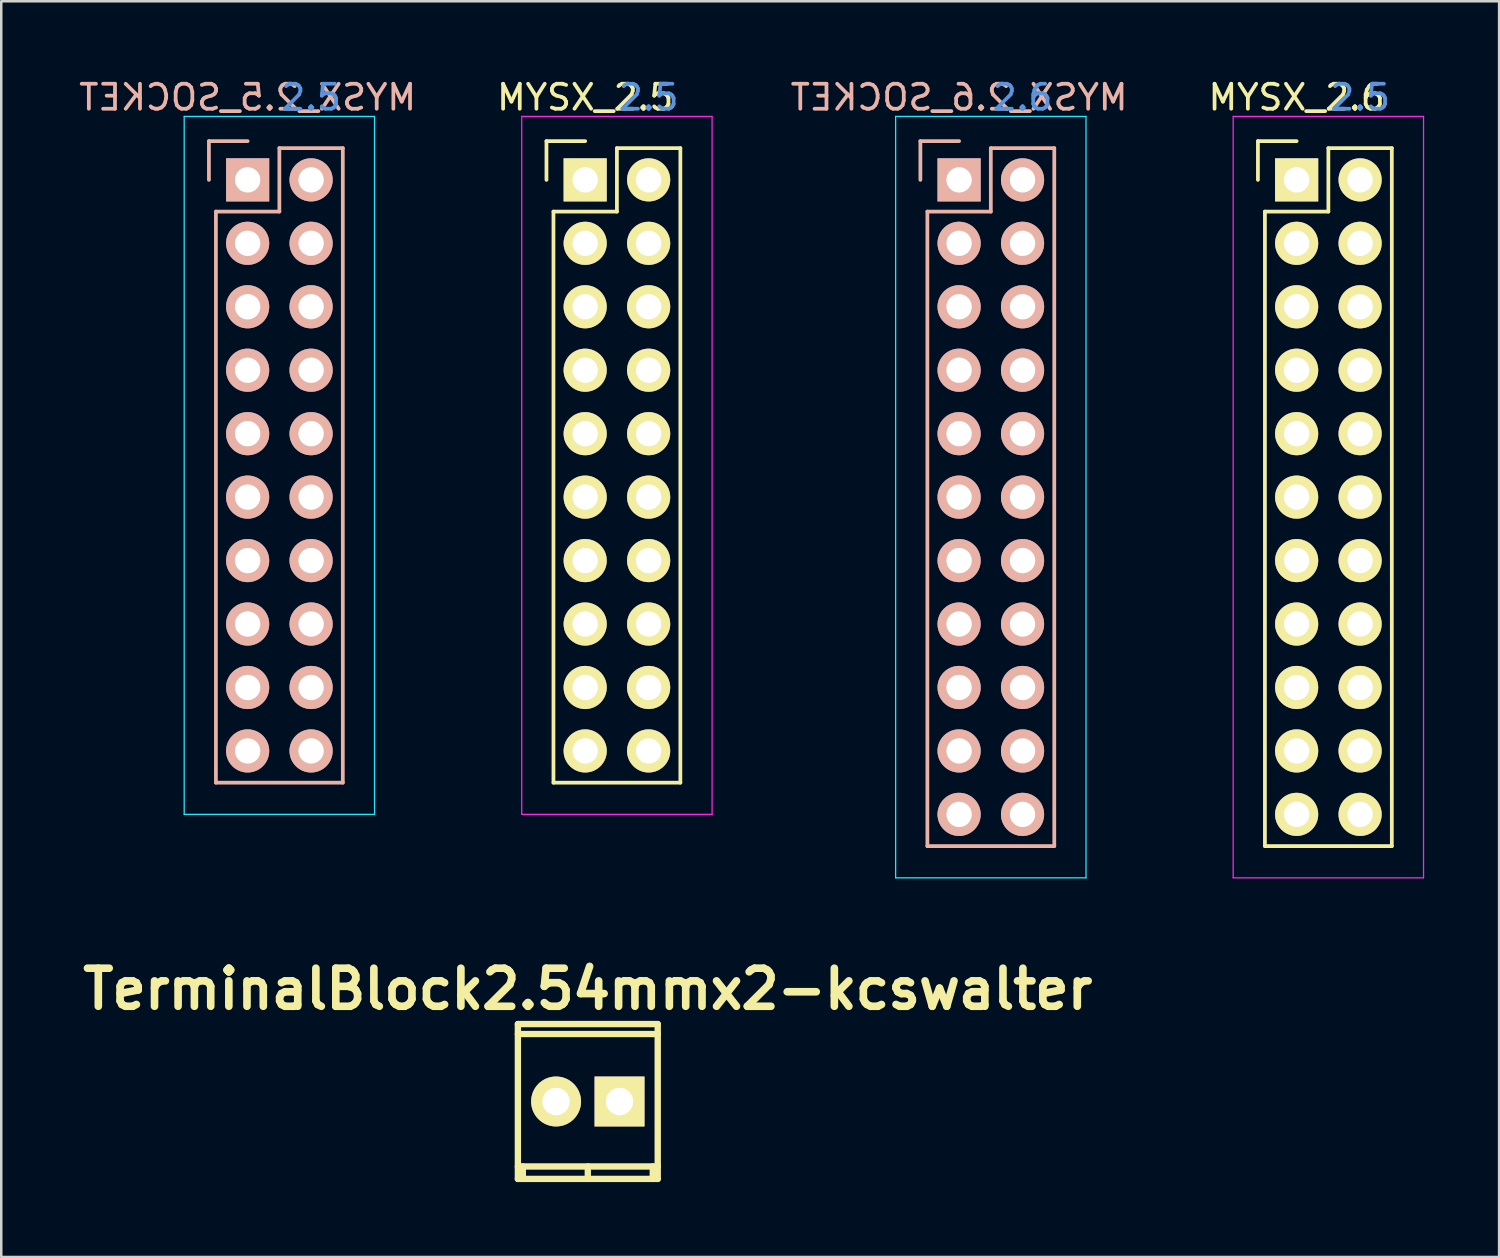
<source format=kicad_pcb>
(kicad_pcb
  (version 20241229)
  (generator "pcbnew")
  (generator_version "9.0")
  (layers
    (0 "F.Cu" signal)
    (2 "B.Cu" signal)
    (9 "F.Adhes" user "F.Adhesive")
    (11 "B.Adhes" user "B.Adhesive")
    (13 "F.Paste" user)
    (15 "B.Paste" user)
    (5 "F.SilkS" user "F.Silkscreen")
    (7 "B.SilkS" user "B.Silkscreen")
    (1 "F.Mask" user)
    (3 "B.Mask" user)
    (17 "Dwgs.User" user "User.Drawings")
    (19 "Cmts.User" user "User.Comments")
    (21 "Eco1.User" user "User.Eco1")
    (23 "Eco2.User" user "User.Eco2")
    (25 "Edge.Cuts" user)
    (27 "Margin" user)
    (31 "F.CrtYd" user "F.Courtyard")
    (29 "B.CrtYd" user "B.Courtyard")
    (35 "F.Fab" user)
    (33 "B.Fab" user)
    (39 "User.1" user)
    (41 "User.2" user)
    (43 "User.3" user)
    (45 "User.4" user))
  (footprint "MYSX_2.5_SOCKET"
    (layer "F.Cu")
    (at 6.863 4.15)
    (property "Reference" "MYSX_2.5_SOCKET" (at 0 -3.302 0) (layer "B.SilkS") (effects (font (size 1 1) (thickness 0.15)) (justify mirror)))
    (attr through_hole)
    (fp_line (start -1.55 -1.55) (end -1.55 0) (stroke (width 0.15) (type solid)) (layer "B.SilkS"))
    (fp_line (start -1.27 1.27) (end -1.27 24.13) (stroke (width 0.15) (type solid)) (layer "B.SilkS"))
    (fp_line (start -1.27 24.13) (end 3.81 24.13) (stroke (width 0.15) (type solid)) (layer "B.SilkS"))
    (fp_line (start 0 -1.55) (end -1.55 -1.55) (stroke (width 0.15) (type solid)) (layer "B.SilkS"))
    (fp_line (start 1.27 -1.27) (end 1.27 1.27) (stroke (width 0.15) (type solid)) (layer "B.SilkS"))
    (fp_line (start 1.27 1.27) (end -1.27 1.27) (stroke (width 0.15) (type solid)) (layer "B.SilkS"))
    (fp_line (start 3.81 -1.27) (end 1.27 -1.27) (stroke (width 0.15) (type solid)) (layer "B.SilkS"))
    (fp_line (start 3.81 24.13) (end 3.81 -1.27) (stroke (width 0.15) (type solid)) (layer "B.SilkS"))
    (fp_line (start -2.54 -2.54) (end -2.54 25.4) (stroke (width 0.05) (type solid)) (layer "B.CrtYd"))
    (fp_line (start -2.54 -2.54) (end 5.08 -2.54) (stroke (width 0.05) (type solid)) (layer "B.CrtYd"))
    (fp_line (start -2.54 25.4) (end 5.08 25.4) (stroke (width 0.05) (type solid)) (layer "B.CrtYd"))
    (fp_line (start 5.08 -2.54) (end 5.08 25.4) (stroke (width 0.05) (type solid)) (layer "B.CrtYd"))
    (fp_text user "2.5" (at 2.54 -3.302 0) (layer "Cmts.User") (effects (font (size 1 1) (thickness 0.15))))
    (pad "1" thru_hole rect (at 0 0) (size 1.727 1.727) (drill 1.016) (layers "*.Cu" "*.Mask" "B.SilkS"))
    (pad "2" thru_hole oval (at 2.54 0) (size 1.727 1.727) (drill 1.016) (layers "*.Cu" "*.Mask" "B.SilkS"))
    (pad "3" thru_hole oval (at 0 2.54) (size 1.727 1.727) (drill 1.016) (layers "*.Cu" "*.Mask" "B.SilkS"))
    (pad "4" thru_hole oval (at 2.54 2.54) (size 1.727 1.727) (drill 1.016) (layers "*.Cu" "*.Mask" "B.SilkS"))
    (pad "5" thru_hole oval (at 0 5.08) (size 1.727 1.727) (drill 1.016) (layers "*.Cu" "*.Mask" "B.SilkS"))
    (pad "6" thru_hole oval (at 2.54 5.08) (size 1.727 1.727) (drill 1.016) (layers "*.Cu" "*.Mask" "B.SilkS"))
    (pad "7" thru_hole oval (at 0 7.62) (size 1.727 1.727) (drill 1.016) (layers "*.Cu" "*.Mask" "B.SilkS"))
    (pad "8" thru_hole oval (at 2.54 7.62) (size 1.727 1.727) (drill 1.016) (layers "*.Cu" "*.Mask" "B.SilkS"))
    (pad "9" thru_hole oval (at 0 10.16) (size 1.727 1.727) (drill 1.016) (layers "*.Cu" "*.Mask" "B.SilkS"))
    (pad "10" thru_hole oval (at 2.54 10.16) (size 1.727 1.727) (drill 1.016) (layers "*.Cu" "*.Mask" "B.SilkS"))
    (pad "11" thru_hole oval (at 0 12.7) (size 1.727 1.727) (drill 1.016) (layers "*.Cu" "*.Mask" "B.SilkS"))
    (pad "12" thru_hole oval (at 2.54 12.7) (size 1.727 1.727) (drill 1.016) (layers "*.Cu" "*.Mask" "B.SilkS"))
    (pad "13" thru_hole oval (at 0 15.24) (size 1.727 1.727) (drill 1.016) (layers "*.Cu" "*.Mask" "B.SilkS"))
    (pad "14" thru_hole oval (at 2.54 15.24) (size 1.727 1.727) (drill 1.016) (layers "*.Cu" "*.Mask" "B.SilkS"))
    (pad "15" thru_hole oval (at 0 17.78) (size 1.727 1.727) (drill 1.016) (layers "*.Cu" "*.Mask" "B.SilkS"))
    (pad "16" thru_hole oval (at 2.54 17.78) (size 1.727 1.727) (drill 1.016) (layers "*.Cu" "*.Mask" "B.SilkS"))
    (pad "17" thru_hole oval (at 0 20.32) (size 1.727 1.727) (drill 1.016) (layers "*.Cu" "*.Mask" "B.SilkS"))
    (pad "18" thru_hole oval (at 2.54 20.32) (size 1.727 1.727) (drill 1.016) (layers "*.Cu" "*.Mask" "B.SilkS"))
    (pad "19" thru_hole oval (at 0 22.86) (size 1.727 1.727) (drill 1.016) (layers "*.Cu" "*.Mask" "B.SilkS"))
    (pad "20" thru_hole oval (at 2.54 22.86) (size 1.727 1.727) (drill 1.016) (layers "*.Cu" "*.Mask" "B.SilkS")))
  (footprint "MYSX_2.6"
    (layer "F.Cu")
    (at 48.855 4.15)
    (property "Reference" "MYSX_2.6" (at 0 -3.302 0) (layer "F.SilkS") (effects (font (size 1 1) (thickness 0.15))))
    (attr through_hole)
    (fp_line (start -1.55 -1.55) (end -1.55 0) (stroke (width 0.15) (type solid)) (layer "F.SilkS"))
    (fp_line (start -1.27 1.27) (end -1.27 26.67) (stroke (width 0.15) (type solid)) (layer "F.SilkS"))
    (fp_line (start -1.27 26.67) (end 3.81 26.67) (stroke (width 0.15) (type solid)) (layer "F.SilkS"))
    (fp_line (start 0 -1.55) (end -1.55 -1.55) (stroke (width 0.15) (type solid)) (layer "F.SilkS"))
    (fp_line (start 1.27 -1.27) (end 1.27 1.27) (stroke (width 0.15) (type solid)) (layer "F.SilkS"))
    (fp_line (start 1.27 1.27) (end -1.27 1.27) (stroke (width 0.15) (type solid)) (layer "F.SilkS"))
    (fp_line (start 3.81 -1.27) (end 1.27 -1.27) (stroke (width 0.15) (type solid)) (layer "F.SilkS"))
    (fp_line (start 3.81 26.67) (end 3.81 -1.27) (stroke (width 0.15) (type solid)) (layer "F.SilkS"))
    (fp_line (start -2.54 -2.54) (end -2.54 27.94) (stroke (width 0.05) (type solid)) (layer "F.CrtYd"))
    (fp_line (start -2.54 -2.54) (end 5.08 -2.54) (stroke (width 0.05) (type solid)) (layer "F.CrtYd"))
    (fp_line (start -2.54 27.94) (end 5.08 27.94) (stroke (width 0.05) (type solid)) (layer "F.CrtYd"))
    (fp_line (start 5.08 -2.54) (end 5.08 27.94) (stroke (width 0.05) (type solid)) (layer "F.CrtYd"))
    (fp_text user "2.5" (at 2.54 -3.302 0) (layer "Cmts.User") (effects (font (size 1 1) (thickness 0.15))))
    (pad "1" thru_hole rect (at 0 0) (size 1.727 1.727) (drill 1.016) (layers "*.Cu" "*.Mask" "F.SilkS"))
    (pad "2" thru_hole oval (at 2.54 0) (size 1.727 1.727) (drill 1.016) (layers "*.Cu" "*.Mask" "F.SilkS"))
    (pad "3" thru_hole oval (at 0 2.54) (size 1.727 1.727) (drill 1.016) (layers "*.Cu" "*.Mask" "F.SilkS"))
    (pad "4" thru_hole oval (at 2.54 2.54) (size 1.727 1.727) (drill 1.016) (layers "*.Cu" "*.Mask" "F.SilkS"))
    (pad "5" thru_hole oval (at 0 5.08) (size 1.727 1.727) (drill 1.016) (layers "*.Cu" "*.Mask" "F.SilkS"))
    (pad "6" thru_hole oval (at 2.54 5.08) (size 1.727 1.727) (drill 1.016) (layers "*.Cu" "*.Mask" "F.SilkS"))
    (pad "7" thru_hole oval (at 0 7.62) (size 1.727 1.727) (drill 1.016) (layers "*.Cu" "*.Mask" "F.SilkS"))
    (pad "8" thru_hole oval (at 2.54 7.62) (size 1.727 1.727) (drill 1.016) (layers "*.Cu" "*.Mask" "F.SilkS"))
    (pad "9" thru_hole oval (at 0 10.16) (size 1.727 1.727) (drill 1.016) (layers "*.Cu" "*.Mask" "F.SilkS"))
    (pad "10" thru_hole oval (at 2.54 10.16) (size 1.727 1.727) (drill 1.016) (layers "*.Cu" "*.Mask" "F.SilkS"))
    (pad "11" thru_hole oval (at 0 12.7) (size 1.727 1.727) (drill 1.016) (layers "*.Cu" "*.Mask" "F.SilkS"))
    (pad "12" thru_hole oval (at 2.54 12.7) (size 1.727 1.727) (drill 1.016) (layers "*.Cu" "*.Mask" "F.SilkS"))
    (pad "13" thru_hole oval (at 0 15.24) (size 1.727 1.727) (drill 1.016) (layers "*.Cu" "*.Mask" "F.SilkS"))
    (pad "14" thru_hole oval (at 2.54 15.24) (size 1.727 1.727) (drill 1.016) (layers "*.Cu" "*.Mask" "F.SilkS"))
    (pad "15" thru_hole oval (at 0 17.78) (size 1.727 1.727) (drill 1.016) (layers "*.Cu" "*.Mask" "F.SilkS"))
    (pad "16" thru_hole oval (at 2.54 17.78) (size 1.727 1.727) (drill 1.016) (layers "*.Cu" "*.Mask" "F.SilkS"))
    (pad "17" thru_hole oval (at 0 20.32) (size 1.727 1.727) (drill 1.016) (layers "*.Cu" "*.Mask" "F.SilkS"))
    (pad "18" thru_hole oval (at 2.54 20.32) (size 1.727 1.727) (drill 1.016) (layers "*.Cu" "*.Mask" "F.SilkS"))
    (pad "19" thru_hole oval (at 0 22.86) (size 1.727 1.727) (drill 1.016) (layers "*.Cu" "*.Mask" "F.SilkS"))
    (pad "20" thru_hole oval (at 2.54 22.86) (size 1.727 1.727) (drill 1.016) (layers "*.Cu" "*.Mask" "F.SilkS"))
    (pad "21" thru_hole oval (at 0 25.4) (size 1.727 1.727) (drill 1.016) (layers "*.Cu" "*.Mask" "F.SilkS"))
    (pad "22" thru_hole oval (at 2.54 25.4) (size 1.727 1.727) (drill 1.016) (layers "*.Cu" "*.Mask" "F.SilkS")))
  (footprint "MYSX_2.6_SOCKET"
    (layer "F.Cu")
    (at 35.343 4.15)
    (property "Reference" "MYSX_2.6_SOCKET" (at 0 -3.302 0) (layer "B.SilkS") (effects (font (size 1 1) (thickness 0.15)) (justify mirror)))
    (attr through_hole)
    (fp_line (start -1.55 -1.55) (end -1.55 0) (stroke (width 0.15) (type solid)) (layer "B.SilkS"))
    (fp_line (start -1.27 1.27) (end -1.27 26.67) (stroke (width 0.15) (type solid)) (layer "B.SilkS"))
    (fp_line (start -1.27 26.67) (end 3.81 26.67) (stroke (width 0.15) (type solid)) (layer "B.SilkS"))
    (fp_line (start 0 -1.55) (end -1.55 -1.55) (stroke (width 0.15) (type solid)) (layer "B.SilkS"))
    (fp_line (start 1.27 -1.27) (end 1.27 1.27) (stroke (width 0.15) (type solid)) (layer "B.SilkS"))
    (fp_line (start 1.27 1.27) (end -1.27 1.27) (stroke (width 0.15) (type solid)) (layer "B.SilkS"))
    (fp_line (start 3.81 -1.27) (end 1.27 -1.27) (stroke (width 0.15) (type solid)) (layer "B.SilkS"))
    (fp_line (start 3.81 26.67) (end 3.81 -1.27) (stroke (width 0.15) (type solid)) (layer "B.SilkS"))
    (fp_line (start -2.54 -2.54) (end -2.54 27.94) (stroke (width 0.05) (type solid)) (layer "B.CrtYd"))
    (fp_line (start -2.54 -2.54) (end 5.08 -2.54) (stroke (width 0.05) (type solid)) (layer "B.CrtYd"))
    (fp_line (start -2.54 27.94) (end 5.08 27.94) (stroke (width 0.05) (type solid)) (layer "B.CrtYd"))
    (fp_line (start 5.08 -2.54) (end 5.08 27.94) (stroke (width 0.05) (type solid)) (layer "B.CrtYd"))
    (fp_text user "2.6" (at 2.54 -3.302 0) (layer "Cmts.User") (effects (font (size 1 1) (thickness 0.15))))
    (pad "1" thru_hole rect (at 0 0) (size 1.727 1.727) (drill 1.016) (layers "*.Cu" "*.Mask" "B.SilkS"))
    (pad "2" thru_hole oval (at 2.54 0) (size 1.727 1.727) (drill 1.016) (layers "*.Cu" "*.Mask" "B.SilkS"))
    (pad "3" thru_hole oval (at 0 2.54) (size 1.727 1.727) (drill 1.016) (layers "*.Cu" "*.Mask" "B.SilkS"))
    (pad "4" thru_hole oval (at 2.54 2.54) (size 1.727 1.727) (drill 1.016) (layers "*.Cu" "*.Mask" "B.SilkS"))
    (pad "5" thru_hole oval (at 0 5.08) (size 1.727 1.727) (drill 1.016) (layers "*.Cu" "*.Mask" "B.SilkS"))
    (pad "6" thru_hole oval (at 2.54 5.08) (size 1.727 1.727) (drill 1.016) (layers "*.Cu" "*.Mask" "B.SilkS"))
    (pad "7" thru_hole oval (at 0 7.62) (size 1.727 1.727) (drill 1.016) (layers "*.Cu" "*.Mask" "B.SilkS"))
    (pad "8" thru_hole oval (at 2.54 7.62) (size 1.727 1.727) (drill 1.016) (layers "*.Cu" "*.Mask" "B.SilkS"))
    (pad "9" thru_hole oval (at 0 10.16) (size 1.727 1.727) (drill 1.016) (layers "*.Cu" "*.Mask" "B.SilkS"))
    (pad "10" thru_hole oval (at 2.54 10.16) (size 1.727 1.727) (drill 1.016) (layers "*.Cu" "*.Mask" "B.SilkS"))
    (pad "11" thru_hole oval (at 0 12.7) (size 1.727 1.727) (drill 1.016) (layers "*.Cu" "*.Mask" "B.SilkS"))
    (pad "12" thru_hole oval (at 2.54 12.7) (size 1.727 1.727) (drill 1.016) (layers "*.Cu" "*.Mask" "B.SilkS"))
    (pad "13" thru_hole oval (at 0 15.24) (size 1.727 1.727) (drill 1.016) (layers "*.Cu" "*.Mask" "B.SilkS"))
    (pad "14" thru_hole oval (at 2.54 15.24) (size 1.727 1.727) (drill 1.016) (layers "*.Cu" "*.Mask" "B.SilkS"))
    (pad "15" thru_hole oval (at 0 17.78) (size 1.727 1.727) (drill 1.016) (layers "*.Cu" "*.Mask" "B.SilkS"))
    (pad "16" thru_hole oval (at 2.54 17.78) (size 1.727 1.727) (drill 1.016) (layers "*.Cu" "*.Mask" "B.SilkS"))
    (pad "17" thru_hole oval (at 0 20.32) (size 1.727 1.727) (drill 1.016) (layers "*.Cu" "*.Mask" "B.SilkS"))
    (pad "18" thru_hole oval (at 2.54 20.32) (size 1.727 1.727) (drill 1.016) (layers "*.Cu" "*.Mask" "B.SilkS"))
    (pad "19" thru_hole oval (at 0 22.86) (size 1.727 1.727) (drill 1.016) (layers "*.Cu" "*.Mask" "B.SilkS"))
    (pad "20" thru_hole oval (at 2.54 22.86) (size 1.727 1.727) (drill 1.016) (layers "*.Cu" "*.Mask" "B.SilkS"))
    (pad "21" thru_hole oval (at 0 25.4) (size 1.727 1.727) (drill 1.016) (layers "*.Cu" "*.Mask" "B.SilkS"))
    (pad "22" thru_hole oval (at 2.54 25.4) (size 1.727 1.727) (drill 1.016) (layers "*.Cu" "*.Mask" "B.SilkS")))
  (footprint "MYSX_2.5"
    (layer "F.Cu")
    (at 20.375 4.15)
    (property "Reference" "MYSX_2.5" (at 0 -3.302 0) (layer "F.SilkS") (effects (font (size 1 1) (thickness 0.15))))
    (attr through_hole)
    (fp_line (start -1.55 -1.55) (end -1.55 0) (stroke (width 0.15) (type solid)) (layer "F.SilkS"))
    (fp_line (start -1.27 1.27) (end -1.27 24.13) (stroke (width 0.15) (type solid)) (layer "F.SilkS"))
    (fp_line (start -1.27 24.13) (end 3.81 24.13) (stroke (width 0.15) (type solid)) (layer "F.SilkS"))
    (fp_line (start 0 -1.55) (end -1.55 -1.55) (stroke (width 0.15) (type solid)) (layer "F.SilkS"))
    (fp_line (start 1.27 -1.27) (end 1.27 1.27) (stroke (width 0.15) (type solid)) (layer "F.SilkS"))
    (fp_line (start 1.27 1.27) (end -1.27 1.27) (stroke (width 0.15) (type solid)) (layer "F.SilkS"))
    (fp_line (start 3.81 -1.27) (end 1.27 -1.27) (stroke (width 0.15) (type solid)) (layer "F.SilkS"))
    (fp_line (start 3.81 24.13) (end 3.81 -1.27) (stroke (width 0.15) (type solid)) (layer "F.SilkS"))
    (fp_line (start -2.54 -2.54) (end -2.54 25.4) (stroke (width 0.05) (type solid)) (layer "F.CrtYd"))
    (fp_line (start -2.54 -2.54) (end 5.08 -2.54) (stroke (width 0.05) (type solid)) (layer "F.CrtYd"))
    (fp_line (start -2.54 25.4) (end 5.08 25.4) (stroke (width 0.05) (type solid)) (layer "F.CrtYd"))
    (fp_line (start 5.08 -2.54) (end 5.08 25.4) (stroke (width 0.05) (type solid)) (layer "F.CrtYd"))
    (fp_text user "2.5" (at 2.54 -3.302 0) (layer "Cmts.User") (effects (font (size 1 1) (thickness 0.15))))
    (pad "1" thru_hole rect (at 0 0) (size 1.727 1.727) (drill 1.016) (layers "*.Cu" "*.Mask" "F.SilkS"))
    (pad "2" thru_hole oval (at 2.54 0) (size 1.727 1.727) (drill 1.016) (layers "*.Cu" "*.Mask" "F.SilkS"))
    (pad "3" thru_hole oval (at 0 2.54) (size 1.727 1.727) (drill 1.016) (layers "*.Cu" "*.Mask" "F.SilkS"))
    (pad "4" thru_hole oval (at 2.54 2.54) (size 1.727 1.727) (drill 1.016) (layers "*.Cu" "*.Mask" "F.SilkS"))
    (pad "5" thru_hole oval (at 0 5.08) (size 1.727 1.727) (drill 1.016) (layers "*.Cu" "*.Mask" "F.SilkS"))
    (pad "6" thru_hole oval (at 2.54 5.08) (size 1.727 1.727) (drill 1.016) (layers "*.Cu" "*.Mask" "F.SilkS"))
    (pad "7" thru_hole oval (at 0 7.62) (size 1.727 1.727) (drill 1.016) (layers "*.Cu" "*.Mask" "F.SilkS"))
    (pad "8" thru_hole oval (at 2.54 7.62) (size 1.727 1.727) (drill 1.016) (layers "*.Cu" "*.Mask" "F.SilkS"))
    (pad "9" thru_hole oval (at 0 10.16) (size 1.727 1.727) (drill 1.016) (layers "*.Cu" "*.Mask" "F.SilkS"))
    (pad "10" thru_hole oval (at 2.54 10.16) (size 1.727 1.727) (drill 1.016) (layers "*.Cu" "*.Mask" "F.SilkS"))
    (pad "11" thru_hole oval (at 0 12.7) (size 1.727 1.727) (drill 1.016) (layers "*.Cu" "*.Mask" "F.SilkS"))
    (pad "12" thru_hole oval (at 2.54 12.7) (size 1.727 1.727) (drill 1.016) (layers "*.Cu" "*.Mask" "F.SilkS"))
    (pad "13" thru_hole oval (at 0 15.24) (size 1.727 1.727) (drill 1.016) (layers "*.Cu" "*.Mask" "F.SilkS"))
    (pad "14" thru_hole oval (at 2.54 15.24) (size 1.727 1.727) (drill 1.016) (layers "*.Cu" "*.Mask" "F.SilkS"))
    (pad "15" thru_hole oval (at 0 17.78) (size 1.727 1.727) (drill 1.016) (layers "*.Cu" "*.Mask" "F.SilkS"))
    (pad "16" thru_hole oval (at 2.54 17.78) (size 1.727 1.727) (drill 1.016) (layers "*.Cu" "*.Mask" "F.SilkS"))
    (pad "17" thru_hole oval (at 0 20.32) (size 1.727 1.727) (drill 1.016) (layers "*.Cu" "*.Mask" "F.SilkS"))
    (pad "18" thru_hole oval (at 2.54 20.32) (size 1.727 1.727) (drill 1.016) (layers "*.Cu" "*.Mask" "F.SilkS"))
    (pad "19" thru_hole oval (at 0 22.86) (size 1.727 1.727) (drill 1.016) (layers "*.Cu" "*.Mask" "F.SilkS"))
    (pad "20" thru_hole oval (at 2.54 22.86) (size 1.727 1.727) (drill 1.016) (layers "*.Cu" "*.Mask" "F.SilkS")))
  (footprint "TerminalBlock2.54mmx2-kcswalter"
    (layer "F.Cu")
    (at 20.48 41.043)
    (property "Reference" "TerminalBlock2.54mmx2-kcswalter" (at 0 -4.501 0) (layer "F.SilkS") (effects (font (size 1.524 1.524) (thickness 0.305))))
    (attr through_hole)
    (fp_line (start -2.799 -3.099) (end -2.799 3.099) (stroke (width 0.254) (type solid)) (layer "F.SilkS"))
    (fp_line (start -2.799 -2.7) (end 2.799 -2.7) (stroke (width 0.254) (type solid)) (layer "F.SilkS"))
    (fp_line (start -2.799 3.099) (end 2.799 3.099) (stroke (width 0.254) (type solid)) (layer "F.SilkS"))
    (fp_line (start -2.601 3.099) (end -2.601 2.601) (stroke (width 0.254) (type solid)) (layer "F.SilkS"))
    (fp_line (start 0 3.099) (end 0 2.601) (stroke (width 0.254) (type solid)) (layer "F.SilkS"))
    (fp_line (start 2.601 2.601) (end 2.601 3.099) (stroke (width 0.254) (type solid)) (layer "F.SilkS"))
    (fp_line (start 2.799 -3.099) (end -2.799 -3.099) (stroke (width 0.254) (type solid)) (layer "F.SilkS"))
    (fp_line (start 2.799 2.601) (end -2.799 2.601) (stroke (width 0.254) (type solid)) (layer "F.SilkS"))
    (fp_line (start 2.799 3.099) (end 2.799 -3.099) (stroke (width 0.254) (type solid)) (layer "F.SilkS"))
    (pad "1" thru_hole rect (at 1.27 0) (size 1.999 1.999) (drill 1.097) (layers "*.Cu" "*.Mask" "F.SilkS"))
    (pad "2" thru_hole oval (at -1.27 0) (size 1.999 1.999) (drill 1.097) (layers "*.Cu" "*.Mask" "F.SilkS")))
  (gr_rect
    (start -3 -3)
    (end 56.96 47.268)
    (stroke (width 0.1) (type default))
    (fill no)
    (layer "Edge.Cuts")))
</source>
